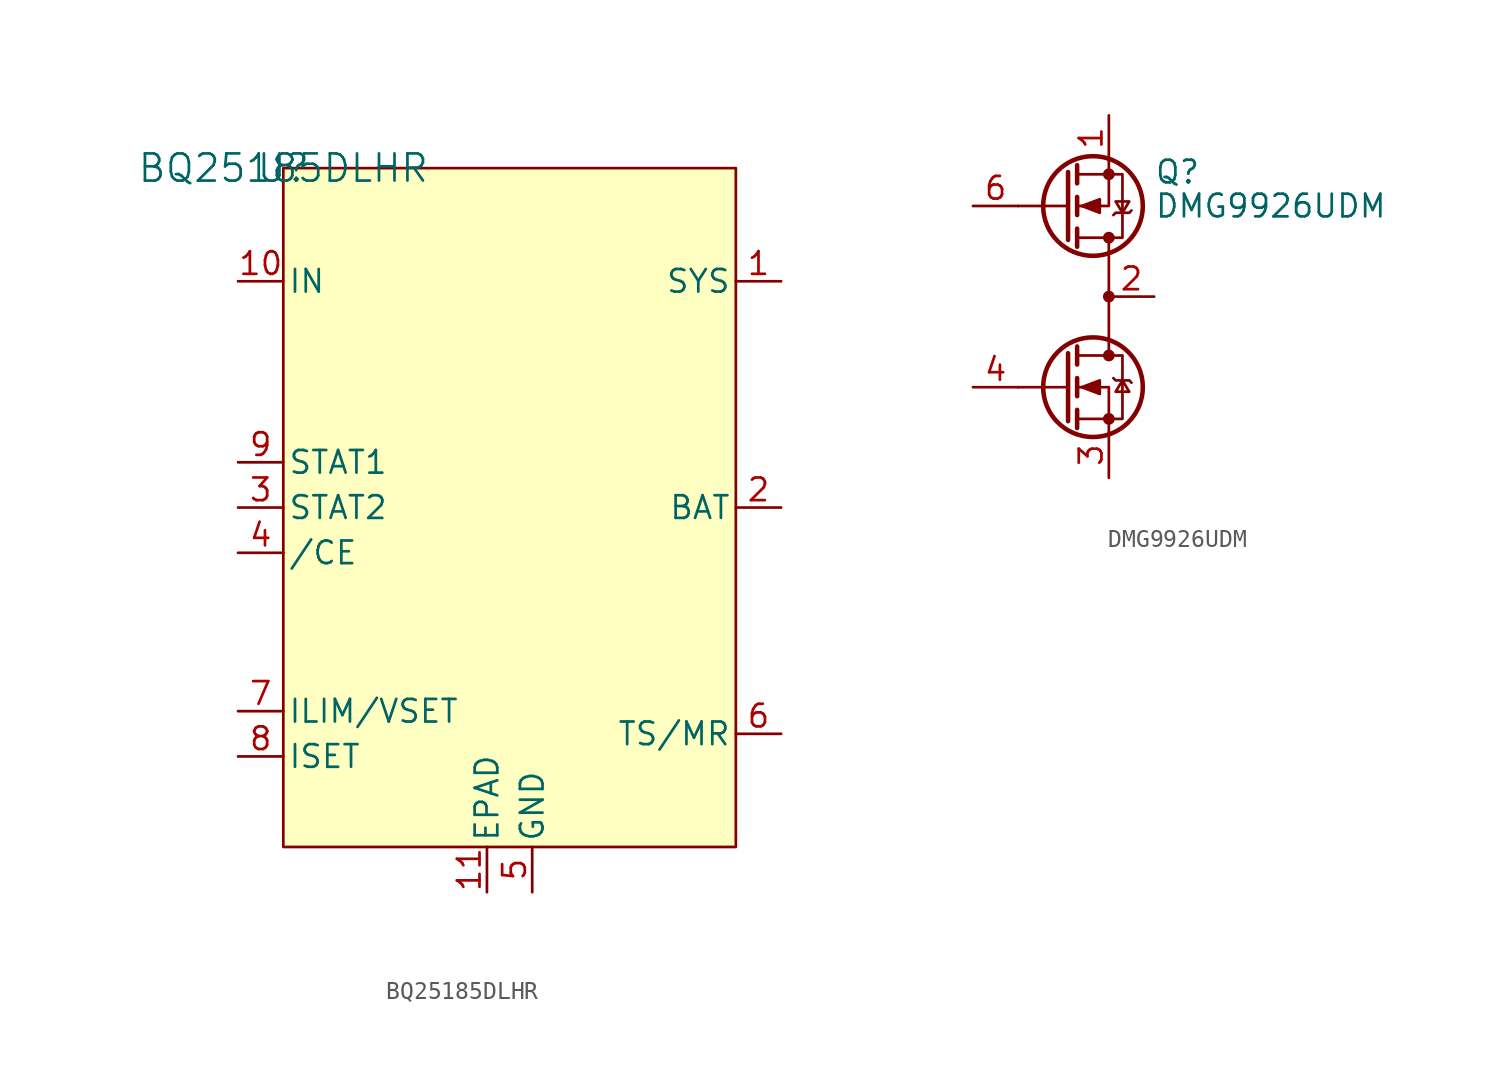
<source format=kicad_sym>
(kicad_symbol_lib
  (version 20241209)
  (generator "kicad_symbol_editor")
  (generator_version "9.0")
  (symbol "BQ25185DLHR"
    (pin_names
      (offset 0.254))
    (property "Reference" "U"
      (at 0 0 0)
      (effects (font (size 1.524 1.524))))
    (property "Value" "BQ25185DLHR"
      (at 0 0 0)
      (effects (font (size 1.524 1.524))))
    (symbol "BQ25185DLHR_0_1"
      (pin input line (at -2.54 -6.35 0) (length 2.54) (name "IN" (effects (font (size 1.27 1.27)))) (number "10" (effects (font (size 1.27 1.27)))))
      (pin output line (at -2.54 -16.51 0) (length 2.54) (name "STAT1" (effects (font (size 1.27 1.27)))) (number "9" (effects (font (size 1.27 1.27)))))
      (pin output line (at -2.54 -19.05 0) (length 2.54) (name "STAT2" (effects (font (size 1.27 1.27)))) (number "3" (effects (font (size 1.27 1.27)))))
      (pin input line (at -2.54 -21.59 0) (length 2.54) (name "/CE" (effects (font (size 1.27 1.27)))) (number "4" (effects (font (size 1.27 1.27)))))
      (pin bidirectional line (at -2.54 -30.48 0) (length 2.54) (name "ILIM/VSET" (effects (font (size 1.27 1.27)))) (number "7" (effects (font (size 1.27 1.27)))))
      (pin bidirectional line (at -2.54 -33.02 0) (length 2.54) (name "ISET" (effects (font (size 1.27 1.27)))) (number "8" (effects (font (size 1.27 1.27)))))
      (pin unspecified line (at 11.43 -40.64 90) (length 2.54) (name "EPAD" (effects (font (size 1.27 1.27)))) (number "11" (effects (font (size 1.27 1.27)))))
      (pin power_out line (at 13.97 -40.64 90) (length 2.54) (name "GND" (effects (font (size 1.27 1.27)))) (number "5" (effects (font (size 1.27 1.27)))))
      (pin power_in line (at 27.94 -6.35 180) (length 2.54) (name "SYS" (effects (font (size 1.27 1.27)))) (number "1" (effects (font (size 1.27 1.27)))))
      (pin power_in line (at 27.94 -19.05 180) (length 2.54) (name "BAT" (effects (font (size 1.27 1.27)))) (number "2" (effects (font (size 1.27 1.27)))))
      (pin bidirectional line (at 27.94 -31.75 180) (length 2.54) (name "TS/MR" (effects (font (size 1.27 1.27)))) (number "6" (effects (font (size 1.27 1.27))))))
    (symbol "BQ25185DLHR_1_1"
      (rectangle (start 0 0) (end 25.4 -38.1) (stroke (width 0) (type solid)) (fill (type background)))))
  (symbol "DMG9926UDM"
    (pin_names
      (hide yes))
    (property "Reference" "Q"
      (at 2.54 6.985 0)
      (effects (font (size 1.27 1.27)) (justify left)))
    (property "Value" "DMG9926UDM"
      (at 2.54 5.08 0)
      (effects (font (size 1.27 1.27)) (justify left)))
    (symbol "DMG9926UDM_0_1"
      (polyline (pts (xy -2.286 5.08) (xy -5.08 5.08)) (stroke (width 0) (type default)) (fill (type none)))
      (polyline (pts (xy -2.286 3.175) (xy -2.286 6.985)) (stroke (width 0.254) (type default)) (fill (type none)))
      (polyline (pts (xy -1.778 6.858) (xy 0.762 6.858) (xy 0.762 3.302) (xy -1.778 3.302)) (stroke (width 0) (type default)) (fill (type none)))
      (polyline (pts (xy -1.778 6.35) (xy -1.778 7.366)) (stroke (width 0.254) (type default)) (fill (type none)))
      (polyline (pts (xy -1.778 4.572) (xy -1.778 5.588)) (stroke (width 0.254) (type default)) (fill (type none)))
      (polyline (pts (xy -1.778 2.794) (xy -1.778 3.81)) (stroke (width 0.254) (type default)) (fill (type none)))
      (polyline (pts (xy -1.524 5.08) (xy -0.508 4.699) (xy -0.508 5.461) (xy -1.524 5.08)) (stroke (width 0) (type default)) (fill (type outline)))
      (circle (center -0.889 5.08) (radius 2.794) (stroke (width 0.254) (type default)) (fill (type none)))
      (polyline (pts (xy 0 7.62) (xy 0 5.08) (xy -1.778 5.08)) (stroke (width 0) (type default)) (fill (type none)))
      (circle (center 0 6.858) (radius 0.254) (stroke (width 0) (type default)) (fill (type outline)))
      (circle (center 0 3.302) (radius 0.254) (stroke (width 0) (type default)) (fill (type outline)))
      (polyline (pts (xy 0 -3.302) (xy 0 3.302)) (stroke (width 0) (type default)) (fill (type none)))
      (polyline (pts (xy 0.254 4.572) (xy 0.381 4.699) (xy 1.143 4.699) (xy 1.27 4.826)) (stroke (width 0) (type default)) (fill (type none)))
      (polyline (pts (xy 0.762 4.699) (xy 0.381 5.334) (xy 1.143 5.334) (xy 0.762 4.699)) (stroke (width 0) (type default)) (fill (type none))))
    (symbol "DMG9926UDM_1_1"
      (polyline (pts (xy -2.286 -3.175) (xy -2.286 -6.985)) (stroke (width 0.254) (type default)) (fill (type none)))
      (polyline (pts (xy -2.286 -5.08) (xy -5.08 -5.08)) (stroke (width 0) (type default)) (fill (type none)))
      (polyline (pts (xy -1.778 -2.794) (xy -1.778 -3.81)) (stroke (width 0.254) (type default)) (fill (type none)))
      (polyline (pts (xy -1.778 -4.572) (xy -1.778 -5.588)) (stroke (width 0.254) (type default)) (fill (type none)))
      (polyline (pts (xy -1.778 -6.35) (xy -1.778 -7.366)) (stroke (width 0.254) (type default)) (fill (type none)))
      (polyline (pts (xy -1.778 -6.858) (xy 0.762 -6.858) (xy 0.762 -3.302) (xy -1.778 -3.302)) (stroke (width 0) (type default)) (fill (type none)))
      (polyline (pts (xy -1.524 -5.08) (xy -0.508 -4.699) (xy -0.508 -5.461) (xy -1.524 -5.08)) (stroke (width 0) (type default)) (fill (type outline)))
      (circle (center -0.889 -5.08) (radius 2.794) (stroke (width 0.254) (type default)) (fill (type none)))
      (circle (center 0 0) (radius 0.254) (stroke (width 0) (type default)) (fill (type outline)))
      (circle (center 0 -3.302) (radius 0.254) (stroke (width 0) (type default)) (fill (type outline)))
      (circle (center 0 -6.858) (radius 0.254) (stroke (width 0) (type default)) (fill (type outline)))
      (polyline (pts (xy 0 -7.62) (xy 0 -5.08) (xy -1.778 -5.08)) (stroke (width 0) (type default)) (fill (type none)))
      (polyline (pts (xy 0.254 -4.572) (xy 0.381 -4.699) (xy 1.143 -4.699) (xy 1.27 -4.826)) (stroke (width 0) (type default)) (fill (type none)))
      (polyline (pts (xy 0.762 -4.699) (xy 0.381 -5.334) (xy 1.143 -5.334) (xy 0.762 -4.699)) (stroke (width 0) (type default)) (fill (type none)))
      (pin input line (at -7.62 5.08 0) (length 2.54) (name "G1" (effects (font (size 1.27 1.27)))) (number "6" (effects (font (size 1.27 1.27)))))
      (pin input line (at -7.62 -5.08 0) (length 2.54) (name "G2" (effects (font (size 1.27 1.27)))) (number "4" (effects (font (size 1.27 1.27)))))
      (pin passive line (at 0 10.16 270) (length 2.54) (name "S1" (effects (font (size 1.27 1.27)))) (number "1" (effects (font (size 1.27 1.27)))))
      (pin passive line (at 0 -10.16 90) (length 2.54) (name "S2" (effects (font (size 1.27 1.27)))) (number "3" (effects (font (size 1.27 1.27)))))
      (pin passive line (at 2.54 0 180) (length 2.54) (name "D1/D2" (effects (font (size 1.27 1.27)))) (number "2" (effects (font (size 1.27 1.27)))))
      (pin passive line (at 2.54 0 180) (length 2.54) (hide yes) (name "D1/D2" (effects (font (size 1.27 1.27)))) (number "5" (effects (font (size 1.27 1.27))))))))
</source>
